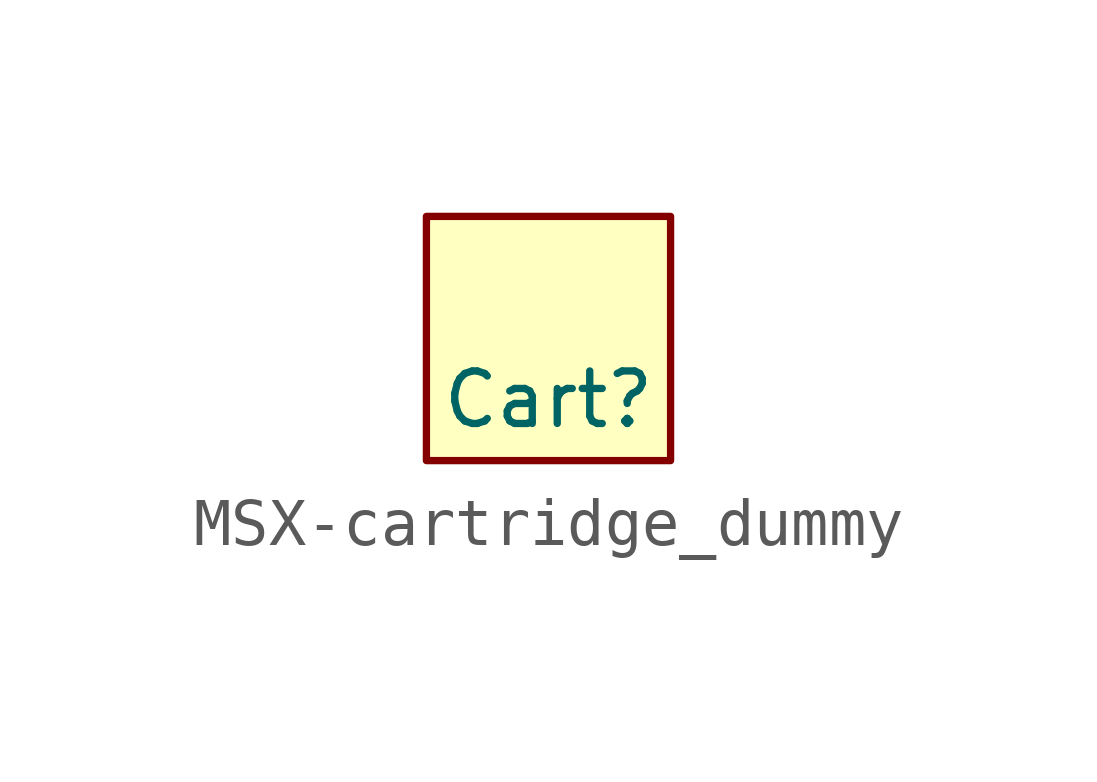
<source format=kicad_sym>
(kicad_symbol_lib
  (version 20211014)
  (generator kicad_symbol_editor)
  (symbol "MSX-cartridge_dummy"
    (pin_numbers hide)
    (pin_names
      (offset 0.762) hide)
    (property "Reference" "Cart"
      (at 0 -1.27 0)
      (effects (font (size 1.092 1.092))))
    (symbol "MSX-cartridge_dummy_0_1"
      (rectangle (start -2.54 2.54) (end 2.54 -2.54) (stroke (width 0) (type default) (color 0 0 0 0)) (fill (type background))))))
</source>
